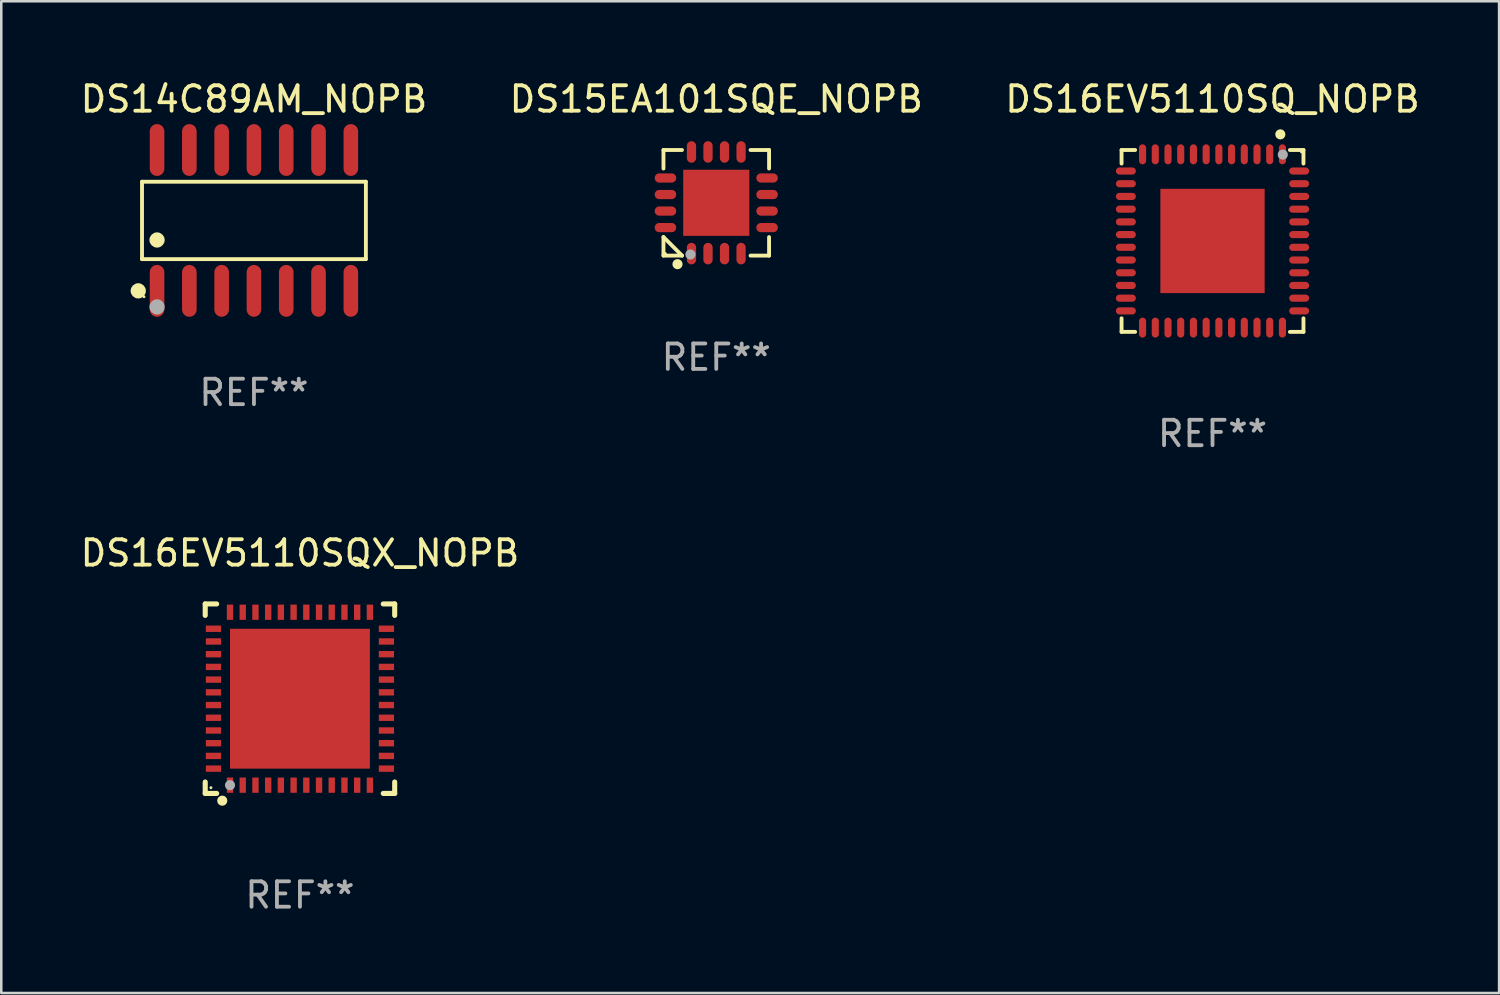
<source format=kicad_pcb>
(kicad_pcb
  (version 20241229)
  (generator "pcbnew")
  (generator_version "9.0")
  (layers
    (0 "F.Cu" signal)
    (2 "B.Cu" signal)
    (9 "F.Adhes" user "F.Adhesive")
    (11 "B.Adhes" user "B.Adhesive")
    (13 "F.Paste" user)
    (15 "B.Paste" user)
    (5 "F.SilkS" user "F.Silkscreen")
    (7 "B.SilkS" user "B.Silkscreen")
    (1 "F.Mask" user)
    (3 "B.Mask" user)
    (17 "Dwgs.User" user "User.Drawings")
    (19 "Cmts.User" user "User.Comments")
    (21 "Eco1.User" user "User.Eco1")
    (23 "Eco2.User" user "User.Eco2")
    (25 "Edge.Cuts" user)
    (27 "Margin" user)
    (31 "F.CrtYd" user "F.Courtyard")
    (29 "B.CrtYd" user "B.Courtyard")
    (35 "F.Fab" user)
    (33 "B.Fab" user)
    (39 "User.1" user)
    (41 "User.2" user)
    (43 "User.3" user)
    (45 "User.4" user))
  (footprint "DS15EA101SQE_NOPB"
    (layer "F.Cu")
    (at 25.113 4.924)
    (property "Reference" "DS15EA101SQE_NOPB" (at 0 -4.076 0) (layer "F.SilkS") (effects (font (size 1 1) (thickness 0.15))))
    (attr through_hole)
    (fp_line (start -2.076 -2.076) (end -1.347 -2.076) (stroke (width 0.152) (type solid)) (layer "F.SilkS"))
    (fp_line (start -2.076 -1.347) (end -2.076 -2.076) (stroke (width 0.152) (type solid)) (layer "F.SilkS"))
    (fp_line (start -2.076 1.347) (end -2.076 2.076) (stroke (width 0.152) (type solid)) (layer "F.SilkS"))
    (fp_line (start -2.076 2.076) (end -1.347 2.076) (stroke (width 0.152) (type solid)) (layer "F.SilkS"))
    (fp_line (start -1.347 2.076) (end -2.076 1.347) (stroke (width 0.152) (type solid)) (layer "F.SilkS"))
    (fp_line (start 2.076 -2.076) (end 1.347 -2.076) (stroke (width 0.152) (type solid)) (layer "F.SilkS"))
    (fp_line (start 2.076 -1.347) (end 2.076 -2.076) (stroke (width 0.152) (type solid)) (layer "F.SilkS"))
    (fp_line (start 2.076 1.347) (end 2.076 2.076) (stroke (width 0.152) (type solid)) (layer "F.SilkS"))
    (fp_line (start 2.076 2.076) (end 1.347 2.076) (stroke (width 0.152) (type solid)) (layer "F.SilkS"))
    (fp_circle (center -2 2) (end -1.97 2) (stroke (width 0.06) (type solid)) (fill no) (layer "F.SilkS"))
    (fp_circle (center -1.524 2.413) (end -1.424 2.413) (stroke (width 0.2) (type solid)) (fill no) (layer "F.SilkS"))
    (fp_circle (center -1.016 2.032) (end -0.916 2.032) (stroke (width 0.2) (type solid)) (fill no) (layer "F.Fab"))
    (fp_text user "REF**" (at 0 6.076 0) (layer "F.Fab") (effects (font (size 1 1) (thickness 0.15))))
    (pad "1" smd oval (at -0.975 1.998) (size 0.364 0.847) (layers "F.Cu" "F.Mask" "F.Paste"))
    (pad "2" smd oval (at -0.325 1.998) (size 0.364 0.847) (layers "F.Cu" "F.Mask" "F.Paste"))
    (pad "3" smd oval (at 0.325 1.998) (size 0.364 0.847) (layers "F.Cu" "F.Mask" "F.Paste"))
    (pad "4" smd oval (at 0.975 1.998) (size 0.364 0.847) (layers "F.Cu" "F.Mask" "F.Paste"))
    (pad "5" smd oval (at 1.998 0.975) (size 0.847 0.364) (layers "F.Cu" "F.Mask" "F.Paste"))
    (pad "6" smd oval (at 1.998 0.325) (size 0.847 0.364) (layers "F.Cu" "F.Mask" "F.Paste"))
    (pad "7" smd oval (at 1.998 -0.325) (size 0.847 0.364) (layers "F.Cu" "F.Mask" "F.Paste"))
    (pad "8" smd oval (at 1.998 -0.975) (size 0.847 0.364) (layers "F.Cu" "F.Mask" "F.Paste"))
    (pad "9" smd oval (at 0.975 -1.999) (size 0.364 0.847) (layers "F.Cu" "F.Mask" "F.Paste"))
    (pad "10" smd oval (at 0.325 -1.999) (size 0.364 0.847) (layers "F.Cu" "F.Mask" "F.Paste"))
    (pad "11" smd oval (at -0.325 -1.999) (size 0.364 0.847) (layers "F.Cu" "F.Mask" "F.Paste"))
    (pad "12" smd oval (at -0.975 -1.999) (size 0.364 0.847) (layers "F.Cu" "F.Mask" "F.Paste"))
    (pad "13" smd oval (at -1.998 -0.975) (size 0.847 0.364) (layers "F.Cu" "F.Mask" "F.Paste"))
    (pad "14" smd oval (at -1.998 -0.325) (size 0.847 0.364) (layers "F.Cu" "F.Mask" "F.Paste"))
    (pad "15" smd oval (at -1.998 0.325) (size 0.847 0.364) (layers "F.Cu" "F.Mask" "F.Paste"))
    (pad "16" smd oval (at -1.998 0.975) (size 0.847 0.364) (layers "F.Cu" "F.Mask" "F.Paste"))
    (pad "17" smd rect (at 0 -0.000025) (size 2.6 2.6) (layers "F.Cu" "F.Mask" "F.Paste")))
  (footprint "DS16EV5110SQX_NOPB"
    (layer "F.Cu")
    (at 8.744 24.422)
    (property "Reference" "DS16EV5110SQX_NOPB" (at 0 -5.725 0) (layer "F.SilkS") (effects (font (size 1 1) (thickness 0.15))))
    (attr through_hole)
    (fp_line (start -3.725 -3.725) (end -3.275 -3.725) (stroke (width 0.2) (type solid)) (layer "F.SilkS"))
    (fp_line (start -3.725 -3.275) (end -3.725 -3.725) (stroke (width 0.2) (type solid)) (layer "F.SilkS"))
    (fp_line (start -3.725 3.725) (end -3.725 3.275) (stroke (width 0.2) (type solid)) (layer "F.SilkS"))
    (fp_line (start -3.275 3.725) (end -3.725 3.725) (stroke (width 0.2) (type solid)) (layer "F.SilkS"))
    (fp_line (start 3.275 3.725) (end 3.725 3.725) (stroke (width 0.2) (type solid)) (layer "F.SilkS"))
    (fp_line (start 3.725 -3.725) (end 3.275 -3.725) (stroke (width 0.2) (type solid)) (layer "F.SilkS"))
    (fp_line (start 3.725 -3.275) (end 3.725 -3.725) (stroke (width 0.2) (type solid)) (layer "F.SilkS"))
    (fp_line (start 3.725 3.725) (end 3.725 3.275) (stroke (width 0.2) (type solid)) (layer "F.SilkS"))
    (fp_circle (center -3.5 3.5) (end -3.47 3.5) (stroke (width 0.06) (type solid)) (fill no) (layer "F.SilkS"))
    (fp_circle (center -3.055 4.01) (end -2.955 4.01) (stroke (width 0.2) (type solid)) (fill no) (layer "F.SilkS"))
    (fp_circle (center -2.75 3.4) (end -2.65 3.4) (stroke (width 0.2) (type solid)) (fill no) (layer "F.Fab"))
    (fp_text user "REF**" (at 0 7.725 0) (layer "F.Fab") (effects (font (size 1 1) (thickness 0.15))))
    (pad "1" smd rect (at -2.75 3.4 180) (size 0.25 0.6) (layers "F.Cu" "F.Mask" "F.Paste"))
    (pad "2" smd rect (at -2.25 3.4 180) (size 0.25 0.6) (layers "F.Cu" "F.Mask" "F.Paste"))
    (pad "3" smd rect (at -1.75 3.4 180) (size 0.25 0.6) (layers "F.Cu" "F.Mask" "F.Paste"))
    (pad "4" smd rect (at -1.25 3.4 180) (size 0.25 0.6) (layers "F.Cu" "F.Mask" "F.Paste"))
    (pad "5" smd rect (at -0.75 3.4 180) (size 0.25 0.6) (layers "F.Cu" "F.Mask" "F.Paste"))
    (pad "6" smd rect (at -0.25 3.4 180) (size 0.25 0.6) (layers "F.Cu" "F.Mask" "F.Paste"))
    (pad "7" smd rect (at 0.25 3.4 180) (size 0.25 0.6) (layers "F.Cu" "F.Mask" "F.Paste"))
    (pad "8" smd rect (at 0.75 3.4 180) (size 0.25 0.6) (layers "F.Cu" "F.Mask" "F.Paste"))
    (pad "9" smd rect (at 1.25 3.4 180) (size 0.25 0.6) (layers "F.Cu" "F.Mask" "F.Paste"))
    (pad "10" smd rect (at 1.75 3.4 180) (size 0.25 0.6) (layers "F.Cu" "F.Mask" "F.Paste"))
    (pad "11" smd rect (at 2.25 3.4 180) (size 0.25 0.6) (layers "F.Cu" "F.Mask" "F.Paste"))
    (pad "12" smd rect (at 2.75 3.4 180) (size 0.25 0.6) (layers "F.Cu" "F.Mask" "F.Paste"))
    (pad "13" smd rect (at 3.4 2.75 90) (size 0.25 0.6) (layers "F.Cu" "F.Mask" "F.Paste"))
    (pad "14" smd rect (at 3.4 2.25 90) (size 0.25 0.6) (layers "F.Cu" "F.Mask" "F.Paste"))
    (pad "15" smd rect (at 3.4 1.75 90) (size 0.25 0.6) (layers "F.Cu" "F.Mask" "F.Paste"))
    (pad "16" smd rect (at 3.4 1.25 90) (size 0.25 0.6) (layers "F.Cu" "F.Mask" "F.Paste"))
    (pad "17" smd rect (at 3.4 0.75 90) (size 0.25 0.6) (layers "F.Cu" "F.Mask" "F.Paste"))
    (pad "18" smd rect (at 3.4 0.25 90) (size 0.25 0.6) (layers "F.Cu" "F.Mask" "F.Paste"))
    (pad "19" smd rect (at 3.4 -0.25 90) (size 0.25 0.6) (layers "F.Cu" "F.Mask" "F.Paste"))
    (pad "20" smd rect (at 3.4 -0.75 90) (size 0.25 0.6) (layers "F.Cu" "F.Mask" "F.Paste"))
    (pad "21" smd rect (at 3.4 -1.25 90) (size 0.25 0.6) (layers "F.Cu" "F.Mask" "F.Paste"))
    (pad "22" smd rect (at 3.4 -1.75 90) (size 0.25 0.6) (layers "F.Cu" "F.Mask" "F.Paste"))
    (pad "23" smd rect (at 3.4 -2.25 90) (size 0.25 0.6) (layers "F.Cu" "F.Mask" "F.Paste"))
    (pad "24" smd rect (at 3.4 -2.75 90) (size 0.25 0.6) (layers "F.Cu" "F.Mask" "F.Paste"))
    (pad "25" smd rect (at 2.75 -3.4 180) (size 0.25 0.6) (layers "F.Cu" "F.Mask" "F.Paste"))
    (pad "26" smd rect (at 2.25 -3.4 180) (size 0.25 0.6) (layers "F.Cu" "F.Mask" "F.Paste"))
    (pad "27" smd rect (at 1.75 -3.4 180) (size 0.25 0.6) (layers "F.Cu" "F.Mask" "F.Paste"))
    (pad "28" smd rect (at 1.25 -3.4 180) (size 0.25 0.6) (layers "F.Cu" "F.Mask" "F.Paste"))
    (pad "29" smd rect (at 0.75 -3.4 180) (size 0.25 0.6) (layers "F.Cu" "F.Mask" "F.Paste"))
    (pad "30" smd rect (at 0.25 -3.4 180) (size 0.25 0.6) (layers "F.Cu" "F.Mask" "F.Paste"))
    (pad "31" smd rect (at -0.25 -3.4 180) (size 0.25 0.6) (layers "F.Cu" "F.Mask" "F.Paste"))
    (pad "32" smd rect (at -0.75 -3.4 180) (size 0.25 0.6) (layers "F.Cu" "F.Mask" "F.Paste"))
    (pad "33" smd rect (at -1.25 -3.4 180) (size 0.25 0.6) (layers "F.Cu" "F.Mask" "F.Paste"))
    (pad "34" smd rect (at -1.75 -3.4 180) (size 0.25 0.6) (layers "F.Cu" "F.Mask" "F.Paste"))
    (pad "35" smd rect (at -2.25 -3.4 180) (size 0.25 0.6) (layers "F.Cu" "F.Mask" "F.Paste"))
    (pad "36" smd rect (at -2.75 -3.4 180) (size 0.25 0.6) (layers "F.Cu" "F.Mask" "F.Paste"))
    (pad "37" smd rect (at -3.4 -2.75 90) (size 0.25 0.6) (layers "F.Cu" "F.Mask" "F.Paste"))
    (pad "38" smd rect (at -3.4 -2.25 90) (size 0.25 0.6) (layers "F.Cu" "F.Mask" "F.Paste"))
    (pad "39" smd rect (at -3.4 -1.75 90) (size 0.25 0.6) (layers "F.Cu" "F.Mask" "F.Paste"))
    (pad "40" smd rect (at -3.4 -1.25 90) (size 0.25 0.6) (layers "F.Cu" "F.Mask" "F.Paste"))
    (pad "41" smd rect (at -3.4 -0.75 90) (size 0.25 0.6) (layers "F.Cu" "F.Mask" "F.Paste"))
    (pad "42" smd rect (at -3.4 -0.25 90) (size 0.25 0.6) (layers "F.Cu" "F.Mask" "F.Paste"))
    (pad "43" smd rect (at -3.4 0.25 90) (size 0.25 0.6) (layers "F.Cu" "F.Mask" "F.Paste"))
    (pad "44" smd rect (at -3.4 0.75 90) (size 0.25 0.6) (layers "F.Cu" "F.Mask" "F.Paste"))
    (pad "45" smd rect (at -3.4 1.25 90) (size 0.25 0.6) (layers "F.Cu" "F.Mask" "F.Paste"))
    (pad "46" smd rect (at -3.4 1.75 90) (size 0.25 0.6) (layers "F.Cu" "F.Mask" "F.Paste"))
    (pad "47" smd rect (at -3.4 2.25 90) (size 0.25 0.6) (layers "F.Cu" "F.Mask" "F.Paste"))
    (pad "48" smd rect (at -3.4 2.75 90) (size 0.25 0.6) (layers "F.Cu" "F.Mask" "F.Paste"))
    (pad "49" smd rect (at -0.000076 -0.000076 90) (size 5.5 5.5) (layers "F.Cu" "F.Mask" "F.Paste")))
  (footprint "DS16EV5110SQ_NOPB"
    (layer "F.Cu")
    (at 44.625 6.424)
    (property "Reference" "DS16EV5110SQ_NOPB" (at 0 -5.576 0) (layer "F.SilkS") (effects (font (size 1 1) (thickness 0.15))))
    (attr through_hole)
    (fp_line (start -3.576 -3.576) (end -3.576 -3.042) (stroke (width 0.152) (type solid)) (layer "F.SilkS"))
    (fp_line (start -3.576 3.576) (end -3.576 3.042) (stroke (width 0.152) (type solid)) (layer "F.SilkS"))
    (fp_line (start -3.042 -3.576) (end -3.576 -3.576) (stroke (width 0.152) (type solid)) (layer "F.SilkS"))
    (fp_line (start -3.042 3.576) (end -3.576 3.576) (stroke (width 0.152) (type solid)) (layer "F.SilkS"))
    (fp_line (start 3.042 -3.576) (end 3.576 -3.576) (stroke (width 0.152) (type solid)) (layer "F.SilkS"))
    (fp_line (start 3.042 3.576) (end 3.576 3.576) (stroke (width 0.152) (type solid)) (layer "F.SilkS"))
    (fp_line (start 3.576 -3.576) (end 3.576 -3.042) (stroke (width 0.152) (type solid)) (layer "F.SilkS"))
    (fp_line (start 3.576 3.576) (end 3.576 3.042) (stroke (width 0.152) (type solid)) (layer "F.SilkS"))
    (fp_circle (center 2.667 -4.191) (end 2.767 -4.191) (stroke (width 0.2) (type solid)) (fill no) (layer "F.SilkS"))
    (fp_circle (center 3.5 -3.5) (end 3.53 -3.5) (stroke (width 0.06) (type solid)) (fill no) (layer "F.SilkS"))
    (fp_circle (center 2.763 -3.394) (end 2.863 -3.394) (stroke (width 0.2) (type solid)) (fill no) (layer "F.Fab"))
    (fp_text user "REF**" (at 0 7.576 0) (layer "F.Fab") (effects (font (size 1 1) (thickness 0.15))))
    (pad "1" smd oval (at 2.75 -3.407) (size 0.28 0.785) (layers "F.Cu" "F.Mask" "F.Paste"))
    (pad "2" smd oval (at 2.25 -3.407) (size 0.28 0.785) (layers "F.Cu" "F.Mask" "F.Paste"))
    (pad "3" smd oval (at 1.75 -3.407) (size 0.28 0.785) (layers "F.Cu" "F.Mask" "F.Paste"))
    (pad "4" smd oval (at 1.25 -3.407) (size 0.28 0.785) (layers "F.Cu" "F.Mask" "F.Paste"))
    (pad "5" smd oval (at 0.75 -3.407) (size 0.28 0.785) (layers "F.Cu" "F.Mask" "F.Paste"))
    (pad "6" smd oval (at 0.25 -3.407) (size 0.28 0.785) (layers "F.Cu" "F.Mask" "F.Paste"))
    (pad "7" smd oval (at -0.25 -3.407) (size 0.28 0.785) (layers "F.Cu" "F.Mask" "F.Paste"))
    (pad "8" smd oval (at -0.75 -3.407) (size 0.28 0.785) (layers "F.Cu" "F.Mask" "F.Paste"))
    (pad "9" smd oval (at -1.25 -3.407) (size 0.28 0.785) (layers "F.Cu" "F.Mask" "F.Paste"))
    (pad "10" smd oval (at -1.75 -3.407) (size 0.28 0.785) (layers "F.Cu" "F.Mask" "F.Paste"))
    (pad "11" smd oval (at -2.25 -3.407) (size 0.28 0.785) (layers "F.Cu" "F.Mask" "F.Paste"))
    (pad "12" smd oval (at -2.75 -3.407) (size 0.28 0.785) (layers "F.Cu" "F.Mask" "F.Paste"))
    (pad "13" smd oval (at -3.407 -2.75) (size 0.785 0.28) (layers "F.Cu" "F.Mask" "F.Paste"))
    (pad "14" smd oval (at -3.407 -2.25) (size 0.785 0.28) (layers "F.Cu" "F.Mask" "F.Paste"))
    (pad "15" smd oval (at -3.407 -1.75) (size 0.785 0.28) (layers "F.Cu" "F.Mask" "F.Paste"))
    (pad "16" smd oval (at -3.407 -1.25) (size 0.785 0.28) (layers "F.Cu" "F.Mask" "F.Paste"))
    (pad "17" smd oval (at -3.407 -0.75) (size 0.785 0.28) (layers "F.Cu" "F.Mask" "F.Paste"))
    (pad "18" smd oval (at -3.407 -0.25) (size 0.785 0.28) (layers "F.Cu" "F.Mask" "F.Paste"))
    (pad "19" smd oval (at -3.407 0.25) (size 0.785 0.28) (layers "F.Cu" "F.Mask" "F.Paste"))
    (pad "20" smd oval (at -3.407 0.75) (size 0.785 0.28) (layers "F.Cu" "F.Mask" "F.Paste"))
    (pad "21" smd oval (at -3.407 1.25) (size 0.785 0.28) (layers "F.Cu" "F.Mask" "F.Paste"))
    (pad "22" smd oval (at -3.407 1.75) (size 0.785 0.28) (layers "F.Cu" "F.Mask" "F.Paste"))
    (pad "23" smd oval (at -3.407 2.25) (size 0.785 0.28) (layers "F.Cu" "F.Mask" "F.Paste"))
    (pad "24" smd oval (at -3.407 2.75) (size 0.785 0.28) (layers "F.Cu" "F.Mask" "F.Paste"))
    (pad "25" smd oval (at -2.75 3.407) (size 0.28 0.785) (layers "F.Cu" "F.Mask" "F.Paste"))
    (pad "26" smd oval (at -2.25 3.407) (size 0.28 0.785) (layers "F.Cu" "F.Mask" "F.Paste"))
    (pad "27" smd oval (at -1.75 3.407) (size 0.28 0.785) (layers "F.Cu" "F.Mask" "F.Paste"))
    (pad "28" smd oval (at -1.25 3.407) (size 0.28 0.785) (layers "F.Cu" "F.Mask" "F.Paste"))
    (pad "29" smd oval (at -0.75 3.407) (size 0.28 0.785) (layers "F.Cu" "F.Mask" "F.Paste"))
    (pad "30" smd oval (at -0.25 3.407) (size 0.28 0.785) (layers "F.Cu" "F.Mask" "F.Paste"))
    (pad "31" smd oval (at 0.25 3.407) (size 0.28 0.785) (layers "F.Cu" "F.Mask" "F.Paste"))
    (pad "32" smd oval (at 0.75 3.407) (size 0.28 0.785) (layers "F.Cu" "F.Mask" "F.Paste"))
    (pad "33" smd oval (at 1.25 3.407) (size 0.28 0.785) (layers "F.Cu" "F.Mask" "F.Paste"))
    (pad "34" smd oval (at 1.75 3.407) (size 0.28 0.785) (layers "F.Cu" "F.Mask" "F.Paste"))
    (pad "35" smd oval (at 2.25 3.407) (size 0.28 0.785) (layers "F.Cu" "F.Mask" "F.Paste"))
    (pad "36" smd oval (at 2.75 3.407) (size 0.28 0.785) (layers "F.Cu" "F.Mask" "F.Paste"))
    (pad "37" smd oval (at 3.407 2.75) (size 0.785 0.28) (layers "F.Cu" "F.Mask" "F.Paste"))
    (pad "38" smd oval (at 3.407 2.25) (size 0.785 0.28) (layers "F.Cu" "F.Mask" "F.Paste"))
    (pad "39" smd oval (at 3.407 1.75) (size 0.785 0.28) (layers "F.Cu" "F.Mask" "F.Paste"))
    (pad "40" smd oval (at 3.407 1.25) (size 0.785 0.28) (layers "F.Cu" "F.Mask" "F.Paste"))
    (pad "41" smd oval (at 3.407 0.75) (size 0.785 0.28) (layers "F.Cu" "F.Mask" "F.Paste"))
    (pad "42" smd oval (at 3.407 0.25) (size 0.785 0.28) (layers "F.Cu" "F.Mask" "F.Paste"))
    (pad "43" smd oval (at 3.407 -0.25) (size 0.785 0.28) (layers "F.Cu" "F.Mask" "F.Paste"))
    (pad "44" smd oval (at 3.407 -0.75) (size 0.785 0.28) (layers "F.Cu" "F.Mask" "F.Paste"))
    (pad "45" smd oval (at 3.407 -1.25) (size 0.785 0.28) (layers "F.Cu" "F.Mask" "F.Paste"))
    (pad "46" smd oval (at 3.407 -1.75) (size 0.785 0.28) (layers "F.Cu" "F.Mask" "F.Paste"))
    (pad "47" smd oval (at 3.407 -2.25) (size 0.785 0.28) (layers "F.Cu" "F.Mask" "F.Paste"))
    (pad "48" smd oval (at 3.407 -2.75) (size 0.785 0.28) (layers "F.Cu" "F.Mask" "F.Paste"))
    (pad "49" smd rect (at -0.000038 0 270) (size 4.1 4.1) (layers "F.Cu" "F.Mask" "F.Paste")))
  (footprint "DS14C89AM_NOPB"
    (layer "F.Cu")
    (at 6.935 5.617)
    (property "Reference" "DS14C89AM_NOPB" (at 0 -4.769 0) (layer "F.SilkS") (effects (font (size 1 1) (thickness 0.15))))
    (attr through_hole)
    (fp_line (start -4.401 -1.521) (end 4.401 -1.521) (stroke (width 0.152) (type solid)) (layer "F.SilkS"))
    (fp_line (start -4.401 1.521) (end -4.401 -1.521) (stroke (width 0.152) (type solid)) (layer "F.SilkS"))
    (fp_line (start 4.401 -1.521) (end 4.401 1.521) (stroke (width 0.152) (type solid)) (layer "F.SilkS"))
    (fp_line (start 4.401 1.521) (end -4.401 1.521) (stroke (width 0.152) (type solid)) (layer "F.SilkS"))
    (fp_circle (center -4.549 2.769) (end -4.399 2.769) (stroke (width 0.3) (type solid)) (fill no) (layer "F.SilkS"))
    (fp_circle (center -4.325 3) (end -4.295 3) (stroke (width 0.06) (type solid)) (fill no) (layer "F.SilkS"))
    (fp_circle (center -3.81 0.769) (end -3.66 0.769) (stroke (width 0.3) (type solid)) (fill no) (layer "F.SilkS"))
    (fp_circle (center -3.81 3.4) (end -3.66 3.4) (stroke (width 0.3) (type solid)) (fill no) (layer "F.Fab"))
    (fp_text user "REF**" (at 0 6.769 0) (layer "F.Fab") (effects (font (size 1 1) (thickness 0.15))))
    (pad "1" smd oval (at -3.81 2.769) (size 0.574 2.038) (layers "F.Cu" "F.Mask" "F.Paste"))
    (pad "2" smd oval (at -2.54 2.769) (size 0.574 2.038) (layers "F.Cu" "F.Mask" "F.Paste"))
    (pad "3" smd oval (at -1.27 2.769) (size 0.574 2.038) (layers "F.Cu" "F.Mask" "F.Paste"))
    (pad "4" smd oval (at 0 2.769) (size 0.574 2.038) (layers "F.Cu" "F.Mask" "F.Paste"))
    (pad "5" smd oval (at 1.27 2.769) (size 0.574 2.038) (layers "F.Cu" "F.Mask" "F.Paste"))
    (pad "6" smd oval (at 2.54 2.769) (size 0.574 2.038) (layers "F.Cu" "F.Mask" "F.Paste"))
    (pad "7" smd oval (at 3.81 2.769) (size 0.574 2.038) (layers "F.Cu" "F.Mask" "F.Paste"))
    (pad "8" smd oval (at 3.81 -2.769) (size 0.574 2.038) (layers "F.Cu" "F.Mask" "F.Paste"))
    (pad "9" smd oval (at 2.54 -2.769) (size 0.574 2.038) (layers "F.Cu" "F.Mask" "F.Paste"))
    (pad "10" smd oval (at 1.27 -2.769) (size 0.574 2.038) (layers "F.Cu" "F.Mask" "F.Paste"))
    (pad "11" smd oval (at 0 -2.769) (size 0.574 2.038) (layers "F.Cu" "F.Mask" "F.Paste"))
    (pad "12" smd oval (at -1.27 -2.769) (size 0.574 2.038) (layers "F.Cu" "F.Mask" "F.Paste"))
    (pad "13" smd oval (at -2.54 -2.769) (size 0.574 2.038) (layers "F.Cu" "F.Mask" "F.Paste"))
    (pad "14" smd oval (at -3.81 -2.769) (size 0.574 2.038) (layers "F.Cu" "F.Mask" "F.Paste")))
  (gr_rect
    (start -3 -3)
    (end 55.893 35.995)
    (stroke (width 0.1) (type default))
    (fill no)
    (layer "Edge.Cuts")))
</source>
